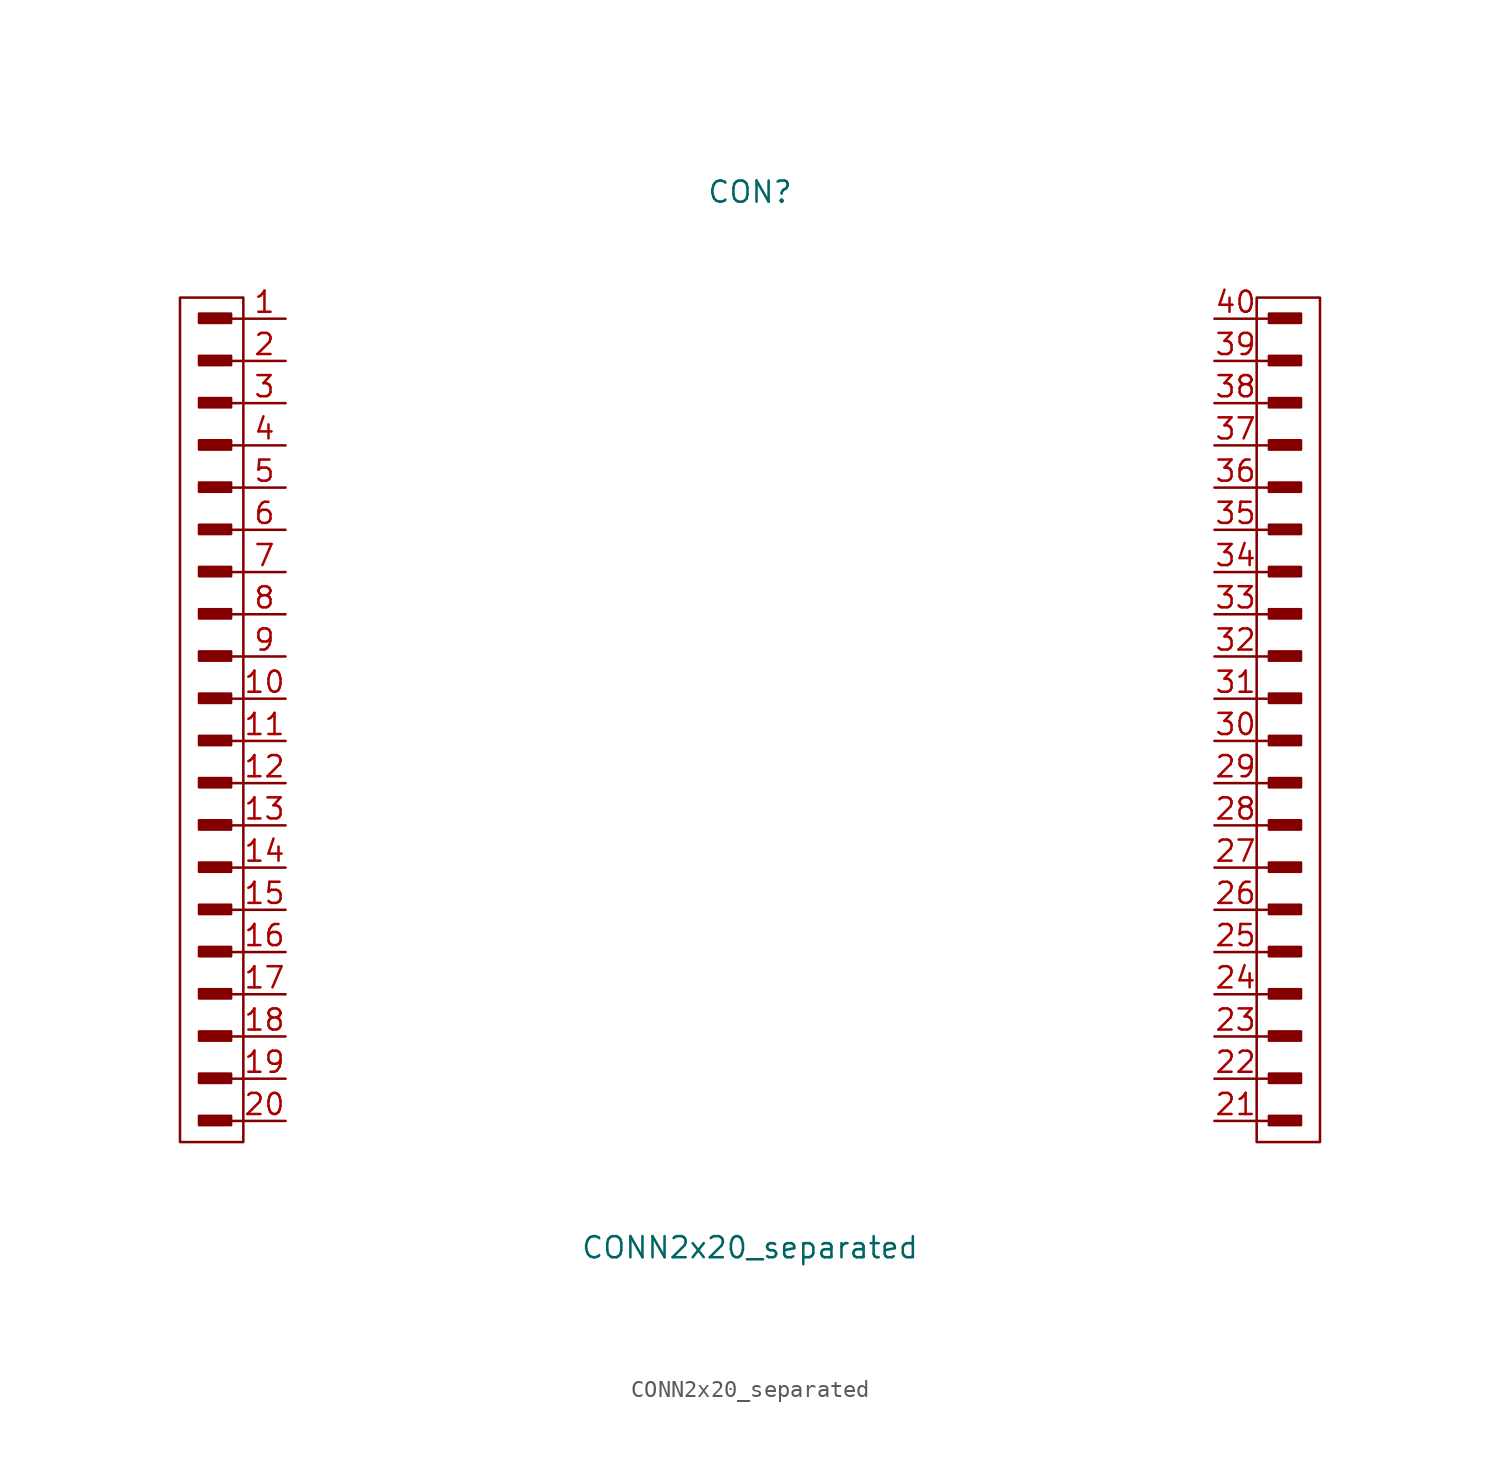
<source format=kicad_sym>
(kicad_symbol_lib
  (version 20211014)
  (generator kicad_symbol_editor)
  (symbol "CONN2x20_separated"
    (pin_names
      (offset 1.016))
    (property "Reference" "CON"
      (at 0 33.02 0)
      (effects (font (size 1.27 1.27))))
    (property "Value" "CONN2x20_separated"
      (at 0 -30.48 0)
      (effects (font (size 1.27 1.27))))
    (symbol "CONN2x20_separated_1_1"
      (rectangle (start -33.122 -23.012) (end -31.344 -22.657) (stroke (width 0) (type default) (color 0 0 0 0)) (fill (type none)))
      (rectangle (start -33.122 -17.932) (end -31.344 -17.577) (stroke (width 0) (type default) (color 0 0 0 0)) (fill (type none)))
      (rectangle (start -33.122 -15.392) (end -31.344 -15.037) (stroke (width 0) (type default) (color 0 0 0 0)) (fill (type none)))
      (rectangle (start -33.122 -12.852) (end -31.344 -12.497) (stroke (width 0) (type default) (color 0 0 0 0)) (fill (type none)))
      (rectangle (start -33.122 -10.312) (end -31.344 -9.957) (stroke (width 0) (type default) (color 0 0 0 0)) (fill (type none)))
      (rectangle (start -33.122 -7.772) (end -31.344 -7.417) (stroke (width 0) (type default) (color 0 0 0 0)) (fill (type none)))
      (rectangle (start -33.122 -5.232) (end -31.344 -4.877) (stroke (width 0) (type default) (color 0 0 0 0)) (fill (type none)))
      (rectangle (start -33.122 -2.692) (end -31.344 -2.337) (stroke (width 0) (type default) (color 0 0 0 0)) (fill (type none)))
      (rectangle (start -33.122 2.388) (end -31.344 2.743) (stroke (width 0) (type default) (color 0 0 0 0)) (fill (type none)))
      (rectangle (start -33.122 7.468) (end -31.344 7.823) (stroke (width 0) (type default) (color 0 0 0 0)) (fill (type none)))
      (rectangle (start -33.122 10.008) (end -31.344 10.363) (stroke (width 0) (type default) (color 0 0 0 0)) (fill (type none)))
      (rectangle (start -33.122 12.548) (end -31.344 12.903) (stroke (width 0) (type default) (color 0 0 0 0)) (fill (type none)))
      (rectangle (start -33.122 15.088) (end -31.344 15.443) (stroke (width 0) (type default) (color 0 0 0 0)) (fill (type none)))
      (rectangle (start -33.122 17.628) (end -31.344 17.983) (stroke (width 0) (type default) (color 0 0 0 0)) (fill (type none)))
      (rectangle (start -33.122 20.168) (end -31.344 20.523) (stroke (width 0) (type default) (color 0 0 0 0)) (fill (type none)))
      (rectangle (start -33.122 22.708) (end -31.344 23.063) (stroke (width 0) (type default) (color 0 0 0 0)) (fill (type none)))
      (rectangle (start -33.096 -22.911) (end -31.445 -22.809) (stroke (width 0) (type default) (color 0 0 0 0)) (fill (type none)))
      (rectangle (start -33.096 -20.472) (end -31.318 -20.117) (stroke (width 0) (type default) (color 0 0 0 0)) (fill (type none)))
      (rectangle (start -33.096 -17.831) (end -31.445 -17.729) (stroke (width 0) (type default) (color 0 0 0 0)) (fill (type none)))
      (rectangle (start -33.096 -15.291) (end -31.445 -15.189) (stroke (width 0) (type default) (color 0 0 0 0)) (fill (type none)))
      (rectangle (start -33.096 -12.751) (end -31.445 -12.649) (stroke (width 0) (type default) (color 0 0 0 0)) (fill (type none)))
      (rectangle (start -33.096 -10.211) (end -31.445 -10.109) (stroke (width 0) (type default) (color 0 0 0 0)) (fill (type none)))
      (rectangle (start -33.096 -7.671) (end -31.445 -7.569) (stroke (width 0) (type default) (color 0 0 0 0)) (fill (type none)))
      (rectangle (start -33.096 -5.131) (end -31.445 -5.029) (stroke (width 0) (type default) (color 0 0 0 0)) (fill (type none)))
      (rectangle (start -33.096 -2.591) (end -31.445 -2.489) (stroke (width 0) (type default) (color 0 0 0 0)) (fill (type none)))
      (rectangle (start -33.096 -0.152) (end -31.318 0.203) (stroke (width 0) (type default) (color 0 0 0 0)) (fill (type none)))
      (rectangle (start -33.096 2.489) (end -31.445 2.591) (stroke (width 0) (type default) (color 0 0 0 0)) (fill (type none)))
      (rectangle (start -33.096 4.928) (end -31.318 5.283) (stroke (width 0) (type default) (color 0 0 0 0)) (fill (type none)))
      (rectangle (start -33.096 7.569) (end -31.445 7.671) (stroke (width 0) (type default) (color 0 0 0 0)) (fill (type none)))
      (rectangle (start -33.096 10.109) (end -31.445 10.211) (stroke (width 0) (type default) (color 0 0 0 0)) (fill (type none)))
      (rectangle (start -33.096 12.649) (end -31.445 12.751) (stroke (width 0) (type default) (color 0 0 0 0)) (fill (type none)))
      (rectangle (start -33.096 15.189) (end -31.445 15.291) (stroke (width 0) (type default) (color 0 0 0 0)) (fill (type none)))
      (rectangle (start -33.096 17.729) (end -31.445 17.831) (stroke (width 0) (type default) (color 0 0 0 0)) (fill (type none)))
      (rectangle (start -33.096 20.269) (end -31.445 20.371) (stroke (width 0) (type default) (color 0 0 0 0)) (fill (type none)))
      (rectangle (start -33.096 22.809) (end -31.445 22.911) (stroke (width 0) (type default) (color 0 0 0 0)) (fill (type none)))
      (rectangle (start -33.096 25.248) (end -31.318 25.603) (stroke (width 0) (type default) (color 0 0 0 0)) (fill (type none)))
      (rectangle (start -33.071 -20.345) (end -31.42 -20.244) (stroke (width 0) (type default) (color 0 0 0 0)) (fill (type none)))
      (rectangle (start -33.071 -0.025) (end -31.42 0.076) (stroke (width 0) (type default) (color 0 0 0 0)) (fill (type none)))
      (rectangle (start -33.071 5.055) (end -31.42 5.156) (stroke (width 0) (type default) (color 0 0 0 0)) (fill (type none)))
      (rectangle (start -33.071 25.375) (end -31.42 25.476) (stroke (width 0) (type default) (color 0 0 0 0)) (fill (type none)))
      (rectangle (start -31.445 -22.733) (end -33.122 -22.936) (stroke (width 0) (type default) (color 0 0 0 0)) (fill (type none)))
      (rectangle (start -31.445 -17.653) (end -33.122 -17.856) (stroke (width 0) (type default) (color 0 0 0 0)) (fill (type none)))
      (rectangle (start -31.445 -15.113) (end -33.122 -15.316) (stroke (width 0) (type default) (color 0 0 0 0)) (fill (type none)))
      (rectangle (start -31.445 -12.573) (end -33.122 -12.776) (stroke (width 0) (type default) (color 0 0 0 0)) (fill (type none)))
      (rectangle (start -31.445 -10.033) (end -33.122 -10.236) (stroke (width 0) (type default) (color 0 0 0 0)) (fill (type none)))
      (rectangle (start -31.445 -7.493) (end -33.122 -7.696) (stroke (width 0) (type default) (color 0 0 0 0)) (fill (type none)))
      (rectangle (start -31.445 -4.953) (end -33.122 -5.156) (stroke (width 0) (type default) (color 0 0 0 0)) (fill (type none)))
      (rectangle (start -31.445 -2.413) (end -33.122 -2.616) (stroke (width 0) (type default) (color 0 0 0 0)) (fill (type none)))
      (rectangle (start -31.445 2.667) (end -33.122 2.464) (stroke (width 0) (type default) (color 0 0 0 0)) (fill (type none)))
      (rectangle (start -31.445 7.747) (end -33.122 7.544) (stroke (width 0) (type default) (color 0 0 0 0)) (fill (type none)))
      (rectangle (start -31.445 10.287) (end -33.122 10.084) (stroke (width 0) (type default) (color 0 0 0 0)) (fill (type none)))
      (rectangle (start -31.445 12.827) (end -33.122 12.624) (stroke (width 0) (type default) (color 0 0 0 0)) (fill (type none)))
      (rectangle (start -31.445 15.367) (end -33.122 15.164) (stroke (width 0) (type default) (color 0 0 0 0)) (fill (type none)))
      (rectangle (start -31.445 17.907) (end -33.122 17.704) (stroke (width 0) (type default) (color 0 0 0 0)) (fill (type none)))
      (rectangle (start -31.445 20.447) (end -33.122 20.244) (stroke (width 0) (type default) (color 0 0 0 0)) (fill (type none)))
      (rectangle (start -31.445 22.987) (end -33.122 22.784) (stroke (width 0) (type default) (color 0 0 0 0)) (fill (type none)))
      (rectangle (start -31.344 -20.218) (end -33.02 -20.422) (stroke (width 0) (type default) (color 0 0 0 0)) (fill (type none)))
      (rectangle (start -31.344 0.102) (end -33.02 -0.102) (stroke (width 0) (type default) (color 0 0 0 0)) (fill (type none)))
      (rectangle (start -31.344 5.182) (end -33.02 4.978) (stroke (width 0) (type default) (color 0 0 0 0)) (fill (type none)))
      (rectangle (start -31.344 25.502) (end -33.02 25.298) (stroke (width 0) (type default) (color 0 0 0 0)) (fill (type none)))
      (rectangle (start -31.217 -22.555) (end -33.147 -23.114) (stroke (width 0) (type default) (color 0 0 0 0)) (fill (type none)))
      (rectangle (start -31.217 -20.015) (end -33.147 -20.574) (stroke (width 0) (type default) (color 0 0 0 0)) (fill (type none)))
      (rectangle (start -31.217 -17.475) (end -33.147 -18.034) (stroke (width 0) (type default) (color 0 0 0 0)) (fill (type none)))
      (rectangle (start -31.217 -14.935) (end -33.147 -15.494) (stroke (width 0) (type default) (color 0 0 0 0)) (fill (type none)))
      (rectangle (start -31.217 -12.395) (end -33.147 -12.954) (stroke (width 0) (type default) (color 0 0 0 0)) (fill (type none)))
      (rectangle (start -31.217 -9.855) (end -33.147 -10.414) (stroke (width 0) (type default) (color 0 0 0 0)) (fill (type none)))
      (rectangle (start -31.217 -7.315) (end -33.147 -7.874) (stroke (width 0) (type default) (color 0 0 0 0)) (fill (type none)))
      (rectangle (start -31.217 -4.775) (end -33.147 -5.334) (stroke (width 0) (type default) (color 0 0 0 0)) (fill (type none)))
      (rectangle (start -31.217 -2.235) (end -33.147 -2.794) (stroke (width 0) (type default) (color 0 0 0 0)) (fill (type none)))
      (rectangle (start -31.217 0.305) (end -33.147 -0.254) (stroke (width 0) (type default) (color 0 0 0 0)) (fill (type none)))
      (rectangle (start -31.217 2.845) (end -33.147 2.286) (stroke (width 0) (type default) (color 0 0 0 0)) (fill (type none)))
      (rectangle (start -31.217 5.385) (end -33.147 4.826) (stroke (width 0) (type default) (color 0 0 0 0)) (fill (type none)))
      (rectangle (start -31.217 7.925) (end -33.147 7.366) (stroke (width 0) (type default) (color 0 0 0 0)) (fill (type none)))
      (rectangle (start -31.217 10.465) (end -33.147 9.906) (stroke (width 0) (type default) (color 0 0 0 0)) (fill (type none)))
      (rectangle (start -31.217 13.005) (end -33.147 12.446) (stroke (width 0) (type default) (color 0 0 0 0)) (fill (type none)))
      (rectangle (start -31.217 15.545) (end -33.147 14.986) (stroke (width 0) (type default) (color 0 0 0 0)) (fill (type none)))
      (rectangle (start -31.217 18.085) (end -33.147 17.526) (stroke (width 0) (type default) (color 0 0 0 0)) (fill (type none)))
      (rectangle (start -31.217 20.625) (end -33.147 20.066) (stroke (width 0) (type default) (color 0 0 0 0)) (fill (type none)))
      (rectangle (start -31.217 23.165) (end -33.147 22.606) (stroke (width 0) (type default) (color 0 0 0 0)) (fill (type none)))
      (rectangle (start -31.217 25.705) (end -33.147 25.146) (stroke (width 0) (type default) (color 0 0 0 0)) (fill (type none)))
      (rectangle (start -30.48 -24.13) (end -34.29 26.67) (stroke (width 0) (type default) (color 0 0 0 0)) (fill (type none)))
      (polyline (pts (xy -30.48 -22.86) (xy -31.242 -22.86)) (stroke (width 0) (type default) (color 0 0 0 0)) (fill (type none)))
      (polyline (pts (xy -30.48 -20.32) (xy -31.242 -20.32)) (stroke (width 0) (type default) (color 0 0 0 0)) (fill (type none)))
      (polyline (pts (xy -30.48 -17.78) (xy -31.242 -17.78)) (stroke (width 0) (type default) (color 0 0 0 0)) (fill (type none)))
      (polyline (pts (xy -30.48 -15.24) (xy -31.242 -15.24)) (stroke (width 0) (type default) (color 0 0 0 0)) (fill (type none)))
      (polyline (pts (xy -30.48 -12.7) (xy -31.242 -12.7)) (stroke (width 0) (type default) (color 0 0 0 0)) (fill (type none)))
      (polyline (pts (xy -30.48 -10.16) (xy -31.242 -10.16)) (stroke (width 0) (type default) (color 0 0 0 0)) (fill (type none)))
      (polyline (pts (xy -30.48 -7.62) (xy -31.242 -7.62)) (stroke (width 0) (type default) (color 0 0 0 0)) (fill (type none)))
      (polyline (pts (xy -30.48 -5.08) (xy -31.242 -5.08)) (stroke (width 0) (type default) (color 0 0 0 0)) (fill (type none)))
      (polyline (pts (xy -30.48 -2.54) (xy -31.242 -2.54)) (stroke (width 0) (type default) (color 0 0 0 0)) (fill (type none)))
      (polyline (pts (xy -30.48 0) (xy -31.242 0)) (stroke (width 0) (type default) (color 0 0 0 0)) (fill (type none)))
      (polyline (pts (xy -30.48 2.54) (xy -31.242 2.54)) (stroke (width 0) (type default) (color 0 0 0 0)) (fill (type none)))
      (polyline (pts (xy -30.48 5.08) (xy -31.242 5.08)) (stroke (width 0) (type default) (color 0 0 0 0)) (fill (type none)))
      (polyline (pts (xy -30.48 7.62) (xy -31.242 7.62)) (stroke (width 0) (type default) (color 0 0 0 0)) (fill (type none)))
      (polyline (pts (xy -30.48 10.16) (xy -31.242 10.16)) (stroke (width 0) (type default) (color 0 0 0 0)) (fill (type none)))
      (polyline (pts (xy -30.48 12.7) (xy -31.242 12.7)) (stroke (width 0) (type default) (color 0 0 0 0)) (fill (type none)))
      (polyline (pts (xy -30.48 15.24) (xy -31.242 15.24)) (stroke (width 0) (type default) (color 0 0 0 0)) (fill (type none)))
      (polyline (pts (xy -30.48 17.78) (xy -31.242 17.78)) (stroke (width 0) (type default) (color 0 0 0 0)) (fill (type none)))
      (polyline (pts (xy -30.48 20.32) (xy -31.242 20.32)) (stroke (width 0) (type default) (color 0 0 0 0)) (fill (type none)))
      (polyline (pts (xy -30.48 22.86) (xy -31.242 22.86)) (stroke (width 0) (type default) (color 0 0 0 0)) (fill (type none)))
      (polyline (pts (xy -30.48 25.4) (xy -31.242 25.4)) (stroke (width 0) (type default) (color 0 0 0 0)) (fill (type none)))
      (polyline (pts (xy 30.48 -22.86) (xy 31.242 -22.86)) (stroke (width 0) (type default) (color 0 0 0 0)) (fill (type none)))
      (polyline (pts (xy 30.48 -20.32) (xy 31.242 -20.32)) (stroke (width 0) (type default) (color 0 0 0 0)) (fill (type none)))
      (polyline (pts (xy 30.48 -17.78) (xy 31.242 -17.78)) (stroke (width 0) (type default) (color 0 0 0 0)) (fill (type none)))
      (polyline (pts (xy 30.48 -15.24) (xy 31.242 -15.24)) (stroke (width 0) (type default) (color 0 0 0 0)) (fill (type none)))
      (polyline (pts (xy 30.48 -12.7) (xy 31.242 -12.7)) (stroke (width 0) (type default) (color 0 0 0 0)) (fill (type none)))
      (polyline (pts (xy 30.48 -10.16) (xy 31.242 -10.16)) (stroke (width 0) (type default) (color 0 0 0 0)) (fill (type none)))
      (polyline (pts (xy 30.48 -7.62) (xy 31.242 -7.62)) (stroke (width 0) (type default) (color 0 0 0 0)) (fill (type none)))
      (polyline (pts (xy 30.48 -5.08) (xy 31.242 -5.08)) (stroke (width 0) (type default) (color 0 0 0 0)) (fill (type none)))
      (polyline (pts (xy 30.48 -2.54) (xy 31.242 -2.54)) (stroke (width 0) (type default) (color 0 0 0 0)) (fill (type none)))
      (polyline (pts (xy 30.48 0) (xy 31.242 0)) (stroke (width 0) (type default) (color 0 0 0 0)) (fill (type none)))
      (polyline (pts (xy 30.48 2.54) (xy 31.242 2.54)) (stroke (width 0) (type default) (color 0 0 0 0)) (fill (type none)))
      (polyline (pts (xy 30.48 5.08) (xy 31.242 5.08)) (stroke (width 0) (type default) (color 0 0 0 0)) (fill (type none)))
      (polyline (pts (xy 30.48 7.62) (xy 31.242 7.62)) (stroke (width 0) (type default) (color 0 0 0 0)) (fill (type none)))
      (polyline (pts (xy 30.48 10.16) (xy 31.242 10.16)) (stroke (width 0) (type default) (color 0 0 0 0)) (fill (type none)))
      (polyline (pts (xy 30.48 12.7) (xy 31.242 12.7)) (stroke (width 0) (type default) (color 0 0 0 0)) (fill (type none)))
      (polyline (pts (xy 30.48 15.24) (xy 31.242 15.24)) (stroke (width 0) (type default) (color 0 0 0 0)) (fill (type none)))
      (polyline (pts (xy 30.48 17.78) (xy 31.242 17.78)) (stroke (width 0) (type default) (color 0 0 0 0)) (fill (type none)))
      (polyline (pts (xy 30.48 20.32) (xy 31.242 20.32)) (stroke (width 0) (type default) (color 0 0 0 0)) (fill (type none)))
      (polyline (pts (xy 30.48 22.86) (xy 31.242 22.86)) (stroke (width 0) (type default) (color 0 0 0 0)) (fill (type none)))
      (polyline (pts (xy 30.48 25.4) (xy 31.242 25.4)) (stroke (width 0) (type default) (color 0 0 0 0)) (fill (type none)))
      (rectangle (start 30.48 -24.13) (end 34.29 26.67) (stroke (width 0) (type default) (color 0 0 0 0)) (fill (type none)))
      (rectangle (start 31.217 -22.555) (end 33.147 -23.114) (stroke (width 0) (type default) (color 0 0 0 0)) (fill (type none)))
      (rectangle (start 31.217 -20.015) (end 33.147 -20.574) (stroke (width 0) (type default) (color 0 0 0 0)) (fill (type none)))
      (rectangle (start 31.217 -17.475) (end 33.147 -18.034) (stroke (width 0) (type default) (color 0 0 0 0)) (fill (type none)))
      (rectangle (start 31.217 -14.935) (end 33.147 -15.494) (stroke (width 0) (type default) (color 0 0 0 0)) (fill (type none)))
      (rectangle (start 31.217 -12.395) (end 33.147 -12.954) (stroke (width 0) (type default) (color 0 0 0 0)) (fill (type none)))
      (rectangle (start 31.217 -9.855) (end 33.147 -10.414) (stroke (width 0) (type default) (color 0 0 0 0)) (fill (type none)))
      (rectangle (start 31.217 -7.315) (end 33.147 -7.874) (stroke (width 0) (type default) (color 0 0 0 0)) (fill (type none)))
      (rectangle (start 31.217 -4.775) (end 33.147 -5.334) (stroke (width 0) (type default) (color 0 0 0 0)) (fill (type none)))
      (rectangle (start 31.217 -2.235) (end 33.147 -2.794) (stroke (width 0) (type default) (color 0 0 0 0)) (fill (type none)))
      (rectangle (start 31.217 0.305) (end 33.147 -0.254) (stroke (width 0) (type default) (color 0 0 0 0)) (fill (type none)))
      (rectangle (start 31.217 2.845) (end 33.147 2.286) (stroke (width 0) (type default) (color 0 0 0 0)) (fill (type none)))
      (rectangle (start 31.217 5.385) (end 33.147 4.826) (stroke (width 0) (type default) (color 0 0 0 0)) (fill (type none)))
      (rectangle (start 31.217 7.925) (end 33.147 7.366) (stroke (width 0) (type default) (color 0 0 0 0)) (fill (type none)))
      (rectangle (start 31.217 10.465) (end 33.147 9.906) (stroke (width 0) (type default) (color 0 0 0 0)) (fill (type none)))
      (rectangle (start 31.217 13.005) (end 33.147 12.446) (stroke (width 0) (type default) (color 0 0 0 0)) (fill (type none)))
      (rectangle (start 31.217 15.545) (end 33.147 14.986) (stroke (width 0) (type default) (color 0 0 0 0)) (fill (type none)))
      (rectangle (start 31.217 18.085) (end 33.147 17.526) (stroke (width 0) (type default) (color 0 0 0 0)) (fill (type none)))
      (rectangle (start 31.217 20.625) (end 33.147 20.066) (stroke (width 0) (type default) (color 0 0 0 0)) (fill (type none)))
      (rectangle (start 31.217 23.165) (end 33.147 22.606) (stroke (width 0) (type default) (color 0 0 0 0)) (fill (type none)))
      (rectangle (start 31.217 25.705) (end 33.147 25.146) (stroke (width 0) (type default) (color 0 0 0 0)) (fill (type none)))
      (rectangle (start 31.344 -20.218) (end 33.02 -20.422) (stroke (width 0) (type default) (color 0 0 0 0)) (fill (type none)))
      (rectangle (start 31.344 0.102) (end 33.02 -0.102) (stroke (width 0) (type default) (color 0 0 0 0)) (fill (type none)))
      (rectangle (start 31.344 5.182) (end 33.02 4.978) (stroke (width 0) (type default) (color 0 0 0 0)) (fill (type none)))
      (rectangle (start 31.344 25.502) (end 33.02 25.298) (stroke (width 0) (type default) (color 0 0 0 0)) (fill (type none)))
      (rectangle (start 31.445 -22.733) (end 33.122 -22.936) (stroke (width 0) (type default) (color 0 0 0 0)) (fill (type none)))
      (rectangle (start 31.445 -17.653) (end 33.122 -17.856) (stroke (width 0) (type default) (color 0 0 0 0)) (fill (type none)))
      (rectangle (start 31.445 -15.113) (end 33.122 -15.316) (stroke (width 0) (type default) (color 0 0 0 0)) (fill (type none)))
      (rectangle (start 31.445 -12.573) (end 33.122 -12.776) (stroke (width 0) (type default) (color 0 0 0 0)) (fill (type none)))
      (rectangle (start 31.445 -10.033) (end 33.122 -10.236) (stroke (width 0) (type default) (color 0 0 0 0)) (fill (type none)))
      (rectangle (start 31.445 -7.493) (end 33.122 -7.696) (stroke (width 0) (type default) (color 0 0 0 0)) (fill (type none)))
      (rectangle (start 31.445 -4.953) (end 33.122 -5.156) (stroke (width 0) (type default) (color 0 0 0 0)) (fill (type none)))
      (rectangle (start 31.445 -2.413) (end 33.122 -2.616) (stroke (width 0) (type default) (color 0 0 0 0)) (fill (type none)))
      (rectangle (start 31.445 2.667) (end 33.122 2.464) (stroke (width 0) (type default) (color 0 0 0 0)) (fill (type none)))
      (rectangle (start 31.445 7.747) (end 33.122 7.544) (stroke (width 0) (type default) (color 0 0 0 0)) (fill (type none)))
      (rectangle (start 31.445 10.287) (end 33.122 10.084) (stroke (width 0) (type default) (color 0 0 0 0)) (fill (type none)))
      (rectangle (start 31.445 12.827) (end 33.122 12.624) (stroke (width 0) (type default) (color 0 0 0 0)) (fill (type none)))
      (rectangle (start 31.445 15.367) (end 33.122 15.164) (stroke (width 0) (type default) (color 0 0 0 0)) (fill (type none)))
      (rectangle (start 31.445 17.907) (end 33.122 17.704) (stroke (width 0) (type default) (color 0 0 0 0)) (fill (type none)))
      (rectangle (start 31.445 20.447) (end 33.122 20.244) (stroke (width 0) (type default) (color 0 0 0 0)) (fill (type none)))
      (rectangle (start 31.445 22.987) (end 33.122 22.784) (stroke (width 0) (type default) (color 0 0 0 0)) (fill (type none)))
      (rectangle (start 33.071 -20.345) (end 31.42 -20.244) (stroke (width 0) (type default) (color 0 0 0 0)) (fill (type none)))
      (rectangle (start 33.071 -0.025) (end 31.42 0.076) (stroke (width 0) (type default) (color 0 0 0 0)) (fill (type none)))
      (rectangle (start 33.071 5.055) (end 31.42 5.156) (stroke (width 0) (type default) (color 0 0 0 0)) (fill (type none)))
      (rectangle (start 33.071 25.375) (end 31.42 25.476) (stroke (width 0) (type default) (color 0 0 0 0)) (fill (type none)))
      (rectangle (start 33.096 -22.911) (end 31.445 -22.809) (stroke (width 0) (type default) (color 0 0 0 0)) (fill (type none)))
      (rectangle (start 33.096 -20.472) (end 31.318 -20.117) (stroke (width 0) (type default) (color 0 0 0 0)) (fill (type none)))
      (rectangle (start 33.096 -17.831) (end 31.445 -17.729) (stroke (width 0) (type default) (color 0 0 0 0)) (fill (type none)))
      (rectangle (start 33.096 -15.291) (end 31.445 -15.189) (stroke (width 0) (type default) (color 0 0 0 0)) (fill (type none)))
      (rectangle (start 33.096 -12.751) (end 31.445 -12.649) (stroke (width 0) (type default) (color 0 0 0 0)) (fill (type none)))
      (rectangle (start 33.096 -10.211) (end 31.445 -10.109) (stroke (width 0) (type default) (color 0 0 0 0)) (fill (type none)))
      (rectangle (start 33.096 -7.671) (end 31.445 -7.569) (stroke (width 0) (type default) (color 0 0 0 0)) (fill (type none)))
      (rectangle (start 33.096 -5.131) (end 31.445 -5.029) (stroke (width 0) (type default) (color 0 0 0 0)) (fill (type none)))
      (rectangle (start 33.096 -2.591) (end 31.445 -2.489) (stroke (width 0) (type default) (color 0 0 0 0)) (fill (type none)))
      (rectangle (start 33.096 -0.152) (end 31.318 0.203) (stroke (width 0) (type default) (color 0 0 0 0)) (fill (type none)))
      (rectangle (start 33.096 2.489) (end 31.445 2.591) (stroke (width 0) (type default) (color 0 0 0 0)) (fill (type none)))
      (rectangle (start 33.096 4.928) (end 31.318 5.283) (stroke (width 0) (type default) (color 0 0 0 0)) (fill (type none)))
      (rectangle (start 33.096 7.569) (end 31.445 7.671) (stroke (width 0) (type default) (color 0 0 0 0)) (fill (type none)))
      (rectangle (start 33.096 10.109) (end 31.445 10.211) (stroke (width 0) (type default) (color 0 0 0 0)) (fill (type none)))
      (rectangle (start 33.096 12.649) (end 31.445 12.751) (stroke (width 0) (type default) (color 0 0 0 0)) (fill (type none)))
      (rectangle (start 33.096 15.189) (end 31.445 15.291) (stroke (width 0) (type default) (color 0 0 0 0)) (fill (type none)))
      (rectangle (start 33.096 17.729) (end 31.445 17.831) (stroke (width 0) (type default) (color 0 0 0 0)) (fill (type none)))
      (rectangle (start 33.096 20.269) (end 31.445 20.371) (stroke (width 0) (type default) (color 0 0 0 0)) (fill (type none)))
      (rectangle (start 33.096 22.809) (end 31.445 22.911) (stroke (width 0) (type default) (color 0 0 0 0)) (fill (type none)))
      (rectangle (start 33.096 25.248) (end 31.318 25.603) (stroke (width 0) (type default) (color 0 0 0 0)) (fill (type none)))
      (rectangle (start 33.122 -23.012) (end 31.344 -22.657) (stroke (width 0) (type default) (color 0 0 0 0)) (fill (type none)))
      (rectangle (start 33.122 -17.932) (end 31.344 -17.577) (stroke (width 0) (type default) (color 0 0 0 0)) (fill (type none)))
      (rectangle (start 33.122 -15.392) (end 31.344 -15.037) (stroke (width 0) (type default) (color 0 0 0 0)) (fill (type none)))
      (rectangle (start 33.122 -12.852) (end 31.344 -12.497) (stroke (width 0) (type default) (color 0 0 0 0)) (fill (type none)))
      (rectangle (start 33.122 -10.312) (end 31.344 -9.957) (stroke (width 0) (type default) (color 0 0 0 0)) (fill (type none)))
      (rectangle (start 33.122 -7.772) (end 31.344 -7.417) (stroke (width 0) (type default) (color 0 0 0 0)) (fill (type none)))
      (rectangle (start 33.122 -5.232) (end 31.344 -4.877) (stroke (width 0) (type default) (color 0 0 0 0)) (fill (type none)))
      (rectangle (start 33.122 -2.692) (end 31.344 -2.337) (stroke (width 0) (type default) (color 0 0 0 0)) (fill (type none)))
      (rectangle (start 33.122 2.388) (end 31.344 2.743) (stroke (width 0) (type default) (color 0 0 0 0)) (fill (type none)))
      (rectangle (start 33.122 7.468) (end 31.344 7.823) (stroke (width 0) (type default) (color 0 0 0 0)) (fill (type none)))
      (rectangle (start 33.122 10.008) (end 31.344 10.363) (stroke (width 0) (type default) (color 0 0 0 0)) (fill (type none)))
      (rectangle (start 33.122 12.548) (end 31.344 12.903) (stroke (width 0) (type default) (color 0 0 0 0)) (fill (type none)))
      (rectangle (start 33.122 15.088) (end 31.344 15.443) (stroke (width 0) (type default) (color 0 0 0 0)) (fill (type none)))
      (rectangle (start 33.122 17.628) (end 31.344 17.983) (stroke (width 0) (type default) (color 0 0 0 0)) (fill (type none)))
      (rectangle (start 33.122 20.168) (end 31.344 20.523) (stroke (width 0) (type default) (color 0 0 0 0)) (fill (type none)))
      (rectangle (start 33.122 22.708) (end 31.344 23.063) (stroke (width 0) (type default) (color 0 0 0 0)) (fill (type none)))
      (pin passive line (at -27.94 25.4 180) (length 2.54) (name "~" (effects (font (size 1.27 1.27)))) (number "1" (effects (font (size 1.27 1.27)))))
      (pin passive line (at -27.94 2.54 180) (length 2.54) (name "~" (effects (font (size 1.27 1.27)))) (number "10" (effects (font (size 1.27 1.27)))))
      (pin passive line (at -27.94 0 180) (length 2.54) (name "~" (effects (font (size 1.27 1.27)))) (number "11" (effects (font (size 1.27 1.27)))))
      (pin passive line (at -27.94 -2.54 180) (length 2.54) (name "~" (effects (font (size 1.27 1.27)))) (number "12" (effects (font (size 1.27 1.27)))))
      (pin passive line (at -27.94 -5.08 180) (length 2.54) (name "~" (effects (font (size 1.27 1.27)))) (number "13" (effects (font (size 1.27 1.27)))))
      (pin passive line (at -27.94 -7.62 180) (length 2.54) (name "~" (effects (font (size 1.27 1.27)))) (number "14" (effects (font (size 1.27 1.27)))))
      (pin passive line (at -27.94 -10.16 180) (length 2.54) (name "~" (effects (font (size 1.27 1.27)))) (number "15" (effects (font (size 1.27 1.27)))))
      (pin passive line (at -27.94 -12.7 180) (length 2.54) (name "~" (effects (font (size 1.27 1.27)))) (number "16" (effects (font (size 1.27 1.27)))))
      (pin passive line (at -27.94 -15.24 180) (length 2.54) (name "~" (effects (font (size 1.27 1.27)))) (number "17" (effects (font (size 1.27 1.27)))))
      (pin passive line (at -27.94 -17.78 180) (length 2.54) (name "~" (effects (font (size 1.27 1.27)))) (number "18" (effects (font (size 1.27 1.27)))))
      (pin passive line (at -27.94 -20.32 180) (length 2.54) (name "~" (effects (font (size 1.27 1.27)))) (number "19" (effects (font (size 1.27 1.27)))))
      (pin passive line (at -27.94 22.86 180) (length 2.54) (name "~" (effects (font (size 1.27 1.27)))) (number "2" (effects (font (size 1.27 1.27)))))
      (pin passive line (at -27.94 -22.86 180) (length 2.54) (name "~" (effects (font (size 1.27 1.27)))) (number "20" (effects (font (size 1.27 1.27)))))
      (pin passive line (at 27.94 -22.86 0) (length 2.54) (name "~" (effects (font (size 1.27 1.27)))) (number "21" (effects (font (size 1.27 1.27)))))
      (pin passive line (at 27.94 -20.32 0) (length 2.54) (name "~" (effects (font (size 1.27 1.27)))) (number "22" (effects (font (size 1.27 1.27)))))
      (pin passive line (at 27.94 -17.78 0) (length 2.54) (name "~" (effects (font (size 1.27 1.27)))) (number "23" (effects (font (size 1.27 1.27)))))
      (pin passive line (at 27.94 -15.24 0) (length 2.54) (name "~" (effects (font (size 1.27 1.27)))) (number "24" (effects (font (size 1.27 1.27)))))
      (pin passive line (at 27.94 -12.7 0) (length 2.54) (name "~" (effects (font (size 1.27 1.27)))) (number "25" (effects (font (size 1.27 1.27)))))
      (pin passive line (at 27.94 -10.16 0) (length 2.54) (name "~" (effects (font (size 1.27 1.27)))) (number "26" (effects (font (size 1.27 1.27)))))
      (pin passive line (at 27.94 -7.62 0) (length 2.54) (name "~" (effects (font (size 1.27 1.27)))) (number "27" (effects (font (size 1.27 1.27)))))
      (pin passive line (at 27.94 -5.08 0) (length 2.54) (name "~" (effects (font (size 1.27 1.27)))) (number "28" (effects (font (size 1.27 1.27)))))
      (pin passive line (at 27.94 -2.54 0) (length 2.54) (name "~" (effects (font (size 1.27 1.27)))) (number "29" (effects (font (size 1.27 1.27)))))
      (pin passive line (at -27.94 20.32 180) (length 2.54) (name "~" (effects (font (size 1.27 1.27)))) (number "3" (effects (font (size 1.27 1.27)))))
      (pin passive line (at 27.94 0 0) (length 2.54) (name "~" (effects (font (size 1.27 1.27)))) (number "30" (effects (font (size 1.27 1.27)))))
      (pin passive line (at 27.94 2.54 0) (length 2.54) (name "~" (effects (font (size 1.27 1.27)))) (number "31" (effects (font (size 1.27 1.27)))))
      (pin passive line (at 27.94 5.08 0) (length 2.54) (name "~" (effects (font (size 1.27 1.27)))) (number "32" (effects (font (size 1.27 1.27)))))
      (pin passive line (at 27.94 7.62 0) (length 2.54) (name "~" (effects (font (size 1.27 1.27)))) (number "33" (effects (font (size 1.27 1.27)))))
      (pin passive line (at 27.94 10.16 0) (length 2.54) (name "~" (effects (font (size 1.27 1.27)))) (number "34" (effects (font (size 1.27 1.27)))))
      (pin passive line (at 27.94 12.7 0) (length 2.54) (name "~" (effects (font (size 1.27 1.27)))) (number "35" (effects (font (size 1.27 1.27)))))
      (pin passive line (at 27.94 15.24 0) (length 2.54) (name "~" (effects (font (size 1.27 1.27)))) (number "36" (effects (font (size 1.27 1.27)))))
      (pin passive line (at 27.94 17.78 0) (length 2.54) (name "~" (effects (font (size 1.27 1.27)))) (number "37" (effects (font (size 1.27 1.27)))))
      (pin passive line (at 27.94 20.32 0) (length 2.54) (name "~" (effects (font (size 1.27 1.27)))) (number "38" (effects (font (size 1.27 1.27)))))
      (pin passive line (at 27.94 22.86 0) (length 2.54) (name "~" (effects (font (size 1.27 1.27)))) (number "39" (effects (font (size 1.27 1.27)))))
      (pin passive line (at -27.94 17.78 180) (length 2.54) (name "~" (effects (font (size 1.27 1.27)))) (number "4" (effects (font (size 1.27 1.27)))))
      (pin passive line (at 27.94 25.4 0) (length 2.54) (name "~" (effects (font (size 1.27 1.27)))) (number "40" (effects (font (size 1.27 1.27)))))
      (pin passive line (at -27.94 15.24 180) (length 2.54) (name "~" (effects (font (size 1.27 1.27)))) (number "5" (effects (font (size 1.27 1.27)))))
      (pin passive line (at -27.94 12.7 180) (length 2.54) (name "~" (effects (font (size 1.27 1.27)))) (number "6" (effects (font (size 1.27 1.27)))))
      (pin passive line (at -27.94 10.16 180) (length 2.54) (name "~" (effects (font (size 1.27 1.27)))) (number "7" (effects (font (size 1.27 1.27)))))
      (pin passive line (at -27.94 7.62 180) (length 2.54) (name "~" (effects (font (size 1.27 1.27)))) (number "8" (effects (font (size 1.27 1.27)))))
      (pin passive line (at -27.94 5.08 180) (length 2.54) (name "~" (effects (font (size 1.27 1.27)))) (number "9" (effects (font (size 1.27 1.27))))))))
</source>
